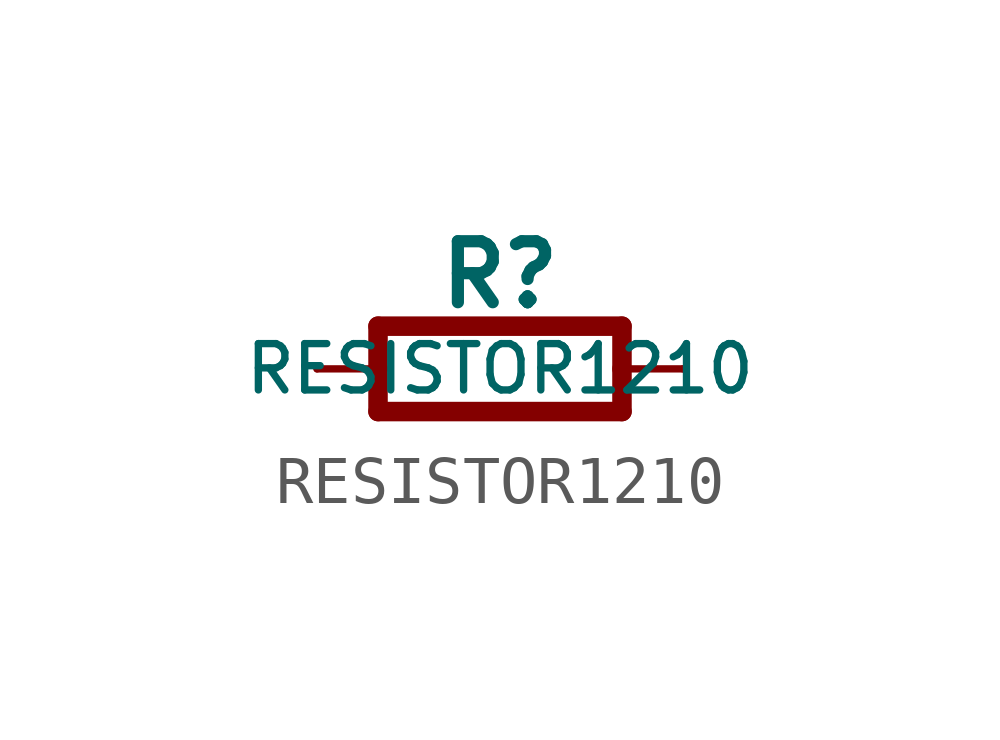
<source format=kicad_sym>
(kicad_symbol_lib
  (version 20211014)
  (generator kicad_symbol_editor)
  (symbol "RESISTOR1210"
    (property "Reference" "R"
      (at 1.27 1.219 0)
      (effects (font (size 1.27 1.27) bold) (justify bottom)))
    (property "Value" "RESISTOR1210"
      (at 1.27 0 0)
      (effects (font (size 0.965 0.965))))
    (property "ki_locked" ""
      (at 0 0 0)
      (effects (font (size 1.27 1.27))))
    (symbol "RESISTOR1210_1_0"
      (polyline (pts (xy -1.27 -0.889) (xy -1.27 0)) (stroke (width 0.406) (type default) (color 0 0 0 0)) (fill (type none)))
      (polyline (pts (xy -1.27 -0.889) (xy 3.81 -0.889)) (stroke (width 0.406) (type default) (color 0 0 0 0)) (fill (type none)))
      (polyline (pts (xy -1.27 0) (xy -2.54 0)) (stroke (width 0.152) (type default) (color 0 0 0 0)) (fill (type none)))
      (polyline (pts (xy -1.27 0) (xy -1.27 0.889)) (stroke (width 0.406) (type default) (color 0 0 0 0)) (fill (type none)))
      (polyline (pts (xy 3.81 -0.889) (xy 3.81 0)) (stroke (width 0.406) (type default) (color 0 0 0 0)) (fill (type none)))
      (polyline (pts (xy 3.81 0) (xy 3.81 0.889)) (stroke (width 0.406) (type default) (color 0 0 0 0)) (fill (type none)))
      (polyline (pts (xy 3.81 0) (xy 5.08 0)) (stroke (width 0.152) (type default) (color 0 0 0 0)) (fill (type none)))
      (polyline (pts (xy 3.81 0.889) (xy -1.27 0.889)) (stroke (width 0.406) (type default) (color 0 0 0 0)) (fill (type none)))
      (pin passive line (at -2.54 0 0) (length 0) (name "1" (effects (font (size 0 0)))) (number "1" (effects (font (size 0 0)))))
      (pin passive line (at 5.08 0 180) (length 0) (name "2" (effects (font (size 0 0)))) (number "2" (effects (font (size 0 0))))))))
</source>
